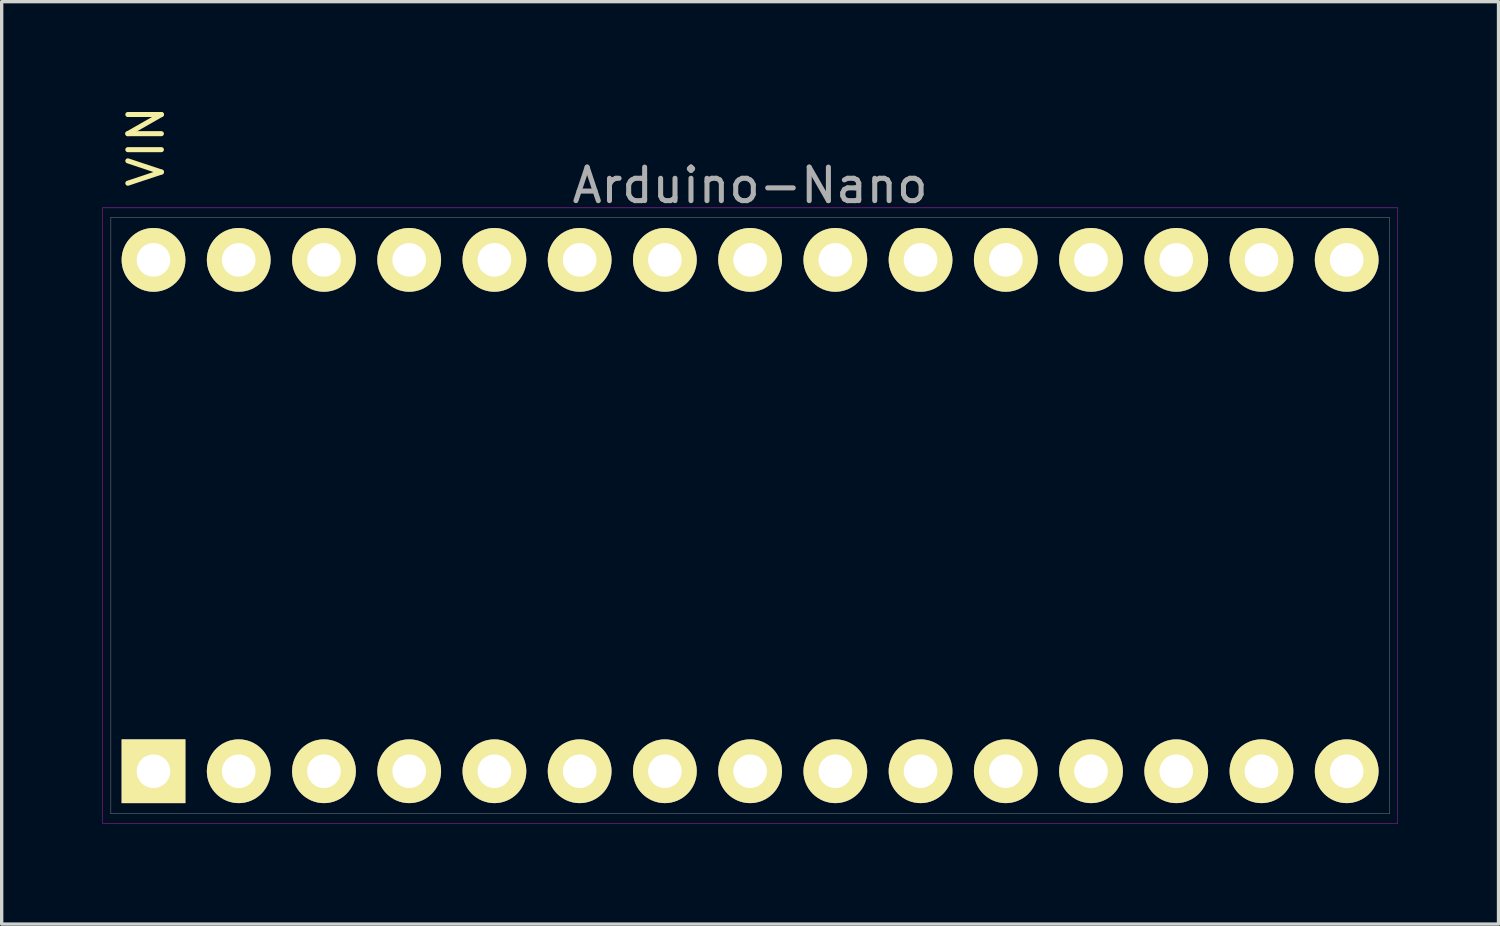
<source format=kicad_pcb>
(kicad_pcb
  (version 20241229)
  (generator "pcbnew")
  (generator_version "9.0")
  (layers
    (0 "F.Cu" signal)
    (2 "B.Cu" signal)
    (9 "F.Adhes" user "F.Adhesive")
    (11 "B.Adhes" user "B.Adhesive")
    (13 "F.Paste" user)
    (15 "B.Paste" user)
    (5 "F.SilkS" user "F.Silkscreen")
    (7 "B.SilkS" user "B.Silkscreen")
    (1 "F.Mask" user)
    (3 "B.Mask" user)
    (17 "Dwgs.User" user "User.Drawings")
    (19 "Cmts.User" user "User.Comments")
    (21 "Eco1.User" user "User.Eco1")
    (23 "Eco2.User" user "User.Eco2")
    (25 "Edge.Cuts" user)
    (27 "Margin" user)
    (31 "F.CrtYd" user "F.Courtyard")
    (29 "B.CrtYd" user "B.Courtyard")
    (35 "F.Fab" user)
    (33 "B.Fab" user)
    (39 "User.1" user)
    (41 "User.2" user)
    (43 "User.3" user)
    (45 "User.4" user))
  (footprint "Arduino-Nano"
    (layer "F.Cu")
    (at 19.305 12.315)
    (property "Reference" "Arduino-Nano" (at 0 -9.84 0) (layer "F.Fab") (effects (font (size 1 1) (thickness 0.15))))
    (attr through_hole)
    (fp_line (start -19.3 -9.17) (end 19.3 -9.17) (stroke (width 0.01) (type solid)) (layer "F.CrtYd"))
    (fp_line (start -19.3 9.17) (end -19.3 -9.17) (stroke (width 0.01) (type solid)) (layer "F.CrtYd"))
    (fp_line (start 19.3 -9.17) (end 19.3 9.17) (stroke (width 0.01) (type solid)) (layer "F.CrtYd"))
    (fp_line (start 19.3 9.17) (end -19.3 9.17) (stroke (width 0.01) (type solid)) (layer "F.CrtYd"))
    (fp_line (start -19.05 -8.89) (end 19.05 -8.89) (stroke (width 0.01) (type solid)) (layer "F.Fab"))
    (fp_line (start -19.05 8.89) (end -19.05 -8.89) (stroke (width 0.01) (type solid)) (layer "F.Fab"))
    (fp_line (start 19.05 -8.89) (end 19.05 8.89) (stroke (width 0.01) (type solid)) (layer "F.Fab"))
    (fp_line (start 19.05 8.89) (end -19.05 8.89) (stroke (width 0.01) (type solid)) (layer "F.Fab"))
    (fp_text user "VIN" (at -18 -11 90) (layer "F.SilkS") (effects (font (size 1 1) (thickness 0.15))))
    (pad "1" thru_hole rect (at -17.78 7.62) (size 1.9 1.9) (drill 1) (layers "*.Cu" "*.Mask" "F.SilkS"))
    (pad "2" thru_hole circle (at -15.24 7.62) (size 1.9 1.9) (drill 1) (layers "*.Cu" "*.Mask" "F.SilkS"))
    (pad "3" thru_hole circle (at -12.7 7.62) (size 1.9 1.9) (drill 1) (layers "*.Cu" "*.Mask" "F.SilkS"))
    (pad "4" thru_hole circle (at -10.16 7.62) (size 1.9 1.9) (drill 1) (layers "*.Cu" "*.Mask" "F.SilkS"))
    (pad "5" thru_hole circle (at -7.62 7.62) (size 1.9 1.9) (drill 1) (layers "*.Cu" "*.Mask" "F.SilkS"))
    (pad "6" thru_hole circle (at -5.08 7.62) (size 1.9 1.9) (drill 1) (layers "*.Cu" "*.Mask" "F.SilkS"))
    (pad "7" thru_hole circle (at -2.54 7.62) (size 1.9 1.9) (drill 1) (layers "*.Cu" "*.Mask" "F.SilkS"))
    (pad "8" thru_hole circle (at 0 7.62) (size 1.9 1.9) (drill 1) (layers "*.Cu" "*.Mask" "F.SilkS"))
    (pad "9" thru_hole circle (at 2.54 7.62) (size 1.9 1.9) (drill 1) (layers "*.Cu" "*.Mask" "F.SilkS"))
    (pad "10" thru_hole circle (at 5.08 7.62) (size 1.9 1.9) (drill 1) (layers "*.Cu" "*.Mask" "F.SilkS"))
    (pad "11" thru_hole circle (at 7.62 7.62) (size 1.9 1.9) (drill 1) (layers "*.Cu" "*.Mask" "F.SilkS"))
    (pad "12" thru_hole circle (at 10.16 7.62) (size 1.9 1.9) (drill 1) (layers "*.Cu" "*.Mask" "F.SilkS"))
    (pad "13" thru_hole circle (at 12.7 7.62) (size 1.9 1.9) (drill 1) (layers "*.Cu" "*.Mask" "F.SilkS"))
    (pad "14" thru_hole circle (at 15.24 7.62) (size 1.9 1.9) (drill 1) (layers "*.Cu" "*.Mask" "F.SilkS"))
    (pad "15" thru_hole circle (at 17.78 7.62) (size 1.9 1.9) (drill 1) (layers "*.Cu" "*.Mask" "F.SilkS"))
    (pad "16" thru_hole circle (at 17.78 -7.62) (size 1.9 1.9) (drill 1) (layers "*.Cu" "*.Mask" "F.SilkS"))
    (pad "17" thru_hole circle (at 15.24 -7.62) (size 1.9 1.9) (drill 1) (layers "*.Cu" "*.Mask" "F.SilkS"))
    (pad "18" thru_hole circle (at 12.7 -7.62) (size 1.9 1.9) (drill 1) (layers "*.Cu" "*.Mask" "F.SilkS"))
    (pad "19" thru_hole circle (at 10.16 -7.62) (size 1.9 1.9) (drill 1) (layers "*.Cu" "*.Mask" "F.SilkS"))
    (pad "20" thru_hole circle (at 7.62 -7.62) (size 1.9 1.9) (drill 1) (layers "*.Cu" "*.Mask" "F.SilkS"))
    (pad "21" thru_hole circle (at 5.08 -7.62) (size 1.9 1.9) (drill 1) (layers "*.Cu" "*.Mask" "F.SilkS"))
    (pad "22" thru_hole circle (at 2.54 -7.62) (size 1.9 1.9) (drill 1) (layers "*.Cu" "*.Mask" "F.SilkS"))
    (pad "23" thru_hole circle (at 0 -7.62) (size 1.9 1.9) (drill 1) (layers "*.Cu" "*.Mask" "F.SilkS"))
    (pad "24" thru_hole circle (at -2.54 -7.62) (size 1.9 1.9) (drill 1) (layers "*.Cu" "*.Mask" "F.SilkS"))
    (pad "25" thru_hole circle (at -5.08 -7.62) (size 1.9 1.9) (drill 1) (layers "*.Cu" "*.Mask" "F.SilkS"))
    (pad "26" thru_hole circle (at -7.62 -7.62) (size 1.9 1.9) (drill 1) (layers "*.Cu" "*.Mask" "F.SilkS"))
    (pad "27" thru_hole circle (at -10.16 -7.62) (size 1.9 1.9) (drill 1) (layers "*.Cu" "*.Mask" "F.SilkS"))
    (pad "28" thru_hole circle (at -12.7 -7.62) (size 1.9 1.9) (drill 1) (layers "*.Cu" "*.Mask" "F.SilkS"))
    (pad "29" thru_hole circle (at -15.24 -7.62) (size 1.9 1.9) (drill 1) (layers "*.Cu" "*.Mask" "F.SilkS"))
    (pad "30" thru_hole circle (at -17.78 -7.62) (size 1.9 1.9) (drill 1) (layers "*.Cu" "*.Mask" "F.SilkS")))
  (gr_rect
    (start -3 -3)
    (end 41.61 24.49)
    (stroke (width 0.1) (type default))
    (fill no)
    (layer "Edge.Cuts")))
</source>
